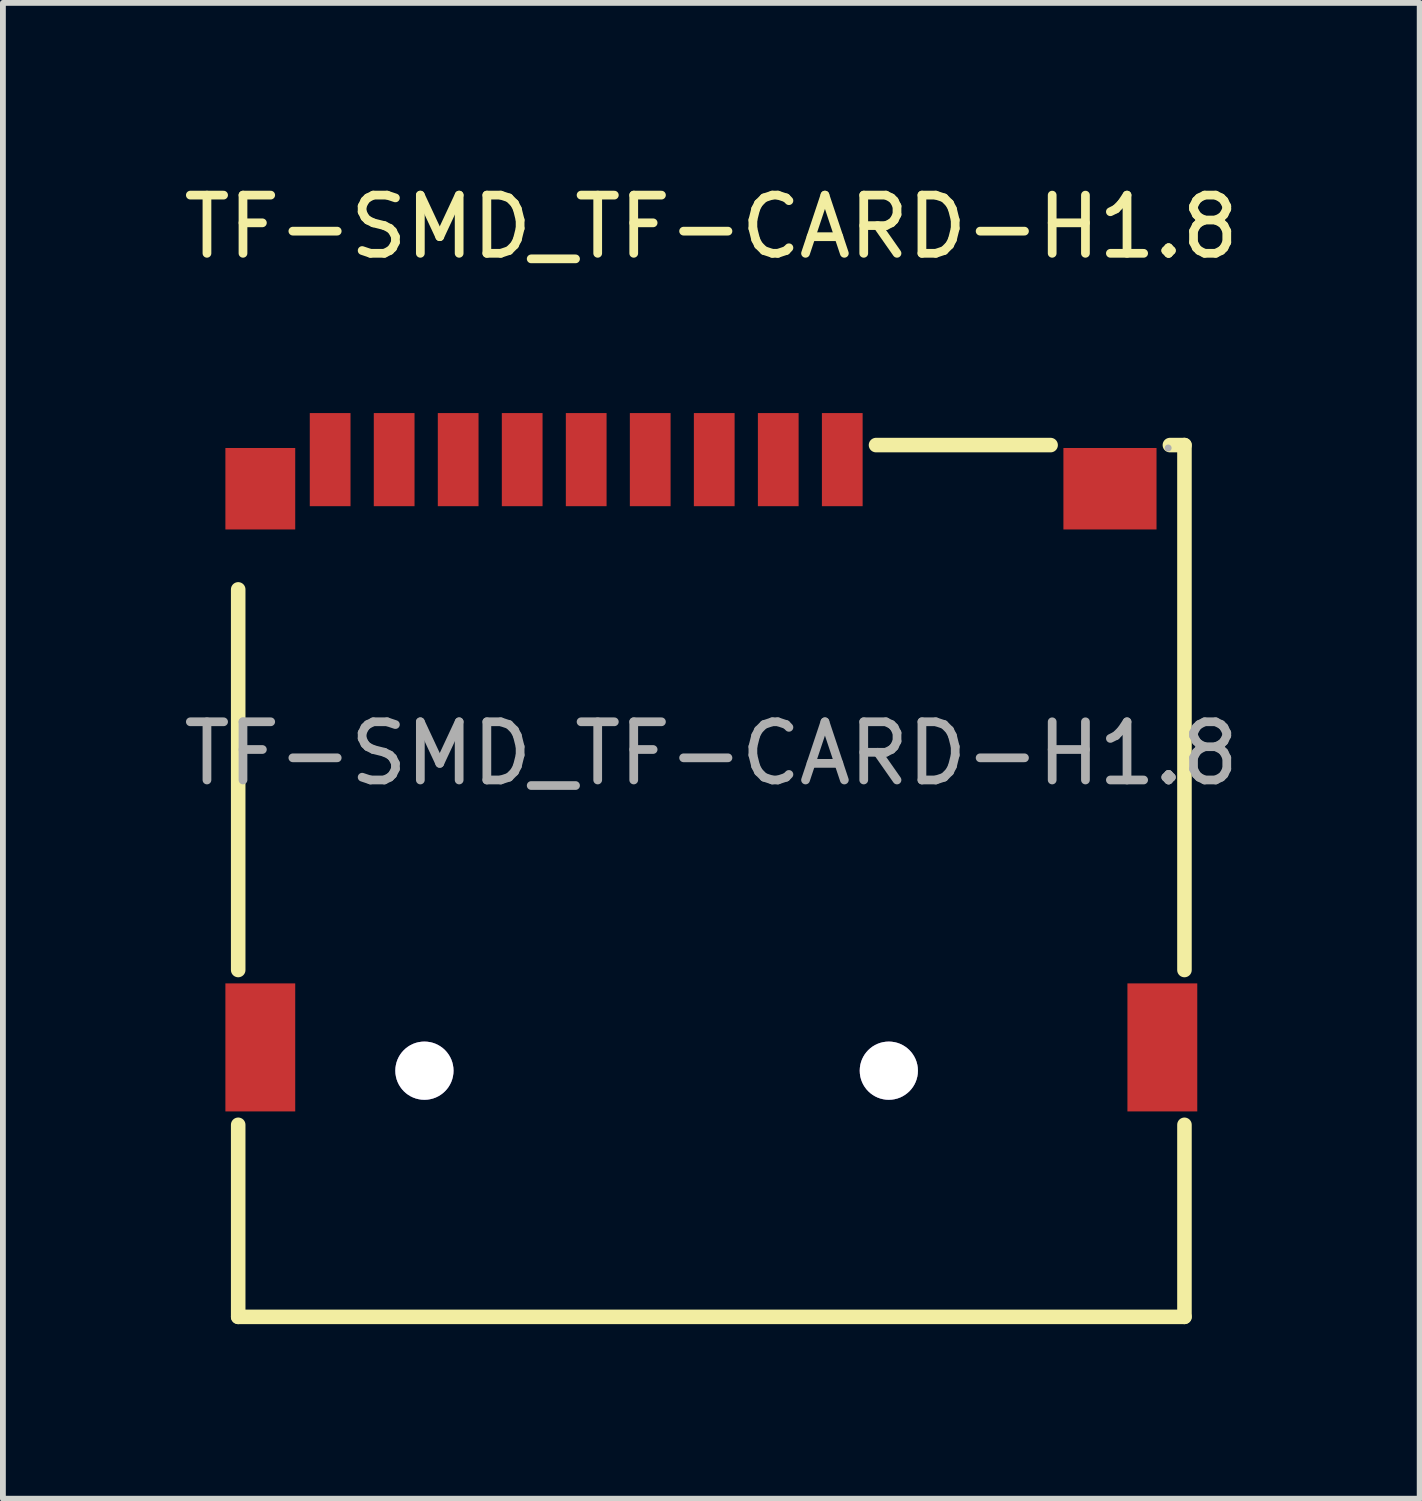
<source format=kicad_pcb>
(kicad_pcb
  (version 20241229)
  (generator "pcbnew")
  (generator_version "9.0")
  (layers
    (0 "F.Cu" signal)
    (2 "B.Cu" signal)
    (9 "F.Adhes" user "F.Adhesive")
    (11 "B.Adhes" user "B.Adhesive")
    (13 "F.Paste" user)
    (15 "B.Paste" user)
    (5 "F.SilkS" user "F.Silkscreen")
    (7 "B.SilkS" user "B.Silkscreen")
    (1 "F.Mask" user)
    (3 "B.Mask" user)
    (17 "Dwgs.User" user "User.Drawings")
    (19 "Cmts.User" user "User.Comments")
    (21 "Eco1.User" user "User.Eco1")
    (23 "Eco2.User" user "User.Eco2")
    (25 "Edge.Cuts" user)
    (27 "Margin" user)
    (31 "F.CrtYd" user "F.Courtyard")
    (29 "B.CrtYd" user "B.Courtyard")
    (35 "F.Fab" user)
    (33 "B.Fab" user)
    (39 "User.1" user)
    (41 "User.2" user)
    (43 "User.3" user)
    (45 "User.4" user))
  (footprint "TF-SMD_TF-CARD-H1.8"
    (layer "F.Cu")
    (at 9.173 9.898)
    (property "Reference" "TF-SMD_TF-CARD-H1.8" (at 0 -9.05 0) (layer "F.SilkS") (effects (font (size 1 1) (thickness 0.15))))
    (attr smd)
    (fp_line (start -8.13 -2.82) (end -8.13 3.72) (stroke (width 0.25) (type solid)) (layer "F.SilkS"))
    (fp_line (start -8.13 6.38) (end -8.13 9.68) (stroke (width 0.25) (type solid)) (layer "F.SilkS"))
    (fp_line (start -8.13 9.68) (end 8.13 9.68) (stroke (width 0.25) (type solid)) (layer "F.SilkS"))
    (fp_line (start 5.83 -5.3) (end 2.83 -5.3) (stroke (width 0.25) (type solid)) (layer "F.SilkS"))
    (fp_line (start 8.13 -5.3) (end 7.88 -5.3) (stroke (width 0.25) (type solid)) (layer "F.SilkS"))
    (fp_line (start 8.13 3.72) (end 8.13 -5.3) (stroke (width 0.25) (type solid)) (layer "F.SilkS"))
    (fp_line (start 8.13 9.68) (end 8.13 6.38) (stroke (width 0.25) (type solid)) (layer "F.SilkS"))
    (fp_circle (center -4.93 5.45) (end -4.73 5.45) (stroke (width 0.4) (type solid)) (fill no) (layer "Cmts.User"))
    (fp_circle (center 3.05 5.45) (end 3.25 5.45) (stroke (width 0.4) (type solid)) (fill no) (layer "Cmts.User"))
    (fp_circle (center 7.85 -5.25) (end 7.88 -5.25) (stroke (width 0.06) (type solid)) (fill no) (layer "F.Fab"))
    (fp_text user "${REFERENCE}" (at 0 0 0) (layer "F.Fab") (effects (font (size 1 1) (thickness 0.15))))
    (pad "" thru_hole circle (at -4.93 5.45) (size 1 1) (drill 1) (layers "*.Cu" "*.Mask"))
    (pad "" thru_hole circle (at 3.05 5.45) (size 1 1) (drill 1) (layers "*.Cu" "*.Mask"))
    (pad "1" smd rect (at 2.25 -5.05) (size 0.7 1.6) (layers "F.Cu" "F.Mask" "F.Paste"))
    (pad "2" smd rect (at 1.15 -5.05) (size 0.7 1.6) (layers "F.Cu" "F.Mask" "F.Paste"))
    (pad "3" smd rect (at 0.05 -5.05) (size 0.7 1.6) (layers "F.Cu" "F.Mask" "F.Paste"))
    (pad "4" smd rect (at -1.05 -5.05) (size 0.7 1.6) (layers "F.Cu" "F.Mask" "F.Paste"))
    (pad "5" smd rect (at -2.15 -5.05) (size 0.7 1.6) (layers "F.Cu" "F.Mask" "F.Paste"))
    (pad "6" smd rect (at -3.25 -5.05) (size 0.7 1.6) (layers "F.Cu" "F.Mask" "F.Paste"))
    (pad "7" smd rect (at -4.35 -5.05) (size 0.7 1.6) (layers "F.Cu" "F.Mask" "F.Paste"))
    (pad "8" smd rect (at -5.45 -5.05) (size 0.7 1.6) (layers "F.Cu" "F.Mask" "F.Paste"))
    (pad "9" smd rect (at -6.55 -5.05) (size 0.7 1.6) (layers "F.Cu" "F.Mask" "F.Paste"))
    (pad "10" smd rect (at -7.75 -4.55) (size 1.2 1.4) (layers "F.Cu" "F.Mask" "F.Paste"))
    (pad "11" smd rect (at -7.75 5.05) (size 1.2 2.2) (layers "F.Cu" "F.Mask" "F.Paste"))
    (pad "12" smd rect (at 7.75 5.05) (size 1.2 2.2) (layers "F.Cu" "F.Mask" "F.Paste"))
    (pad "13" smd rect (at 6.85 -4.55) (size 1.6 1.4) (layers "F.Cu" "F.Mask" "F.Paste")))
  (gr_rect
    (start -3 -3)
    (end 21.345 22.703)
    (stroke (width 0.1) (type default))
    (fill no)
    (layer "Edge.Cuts")))
</source>
